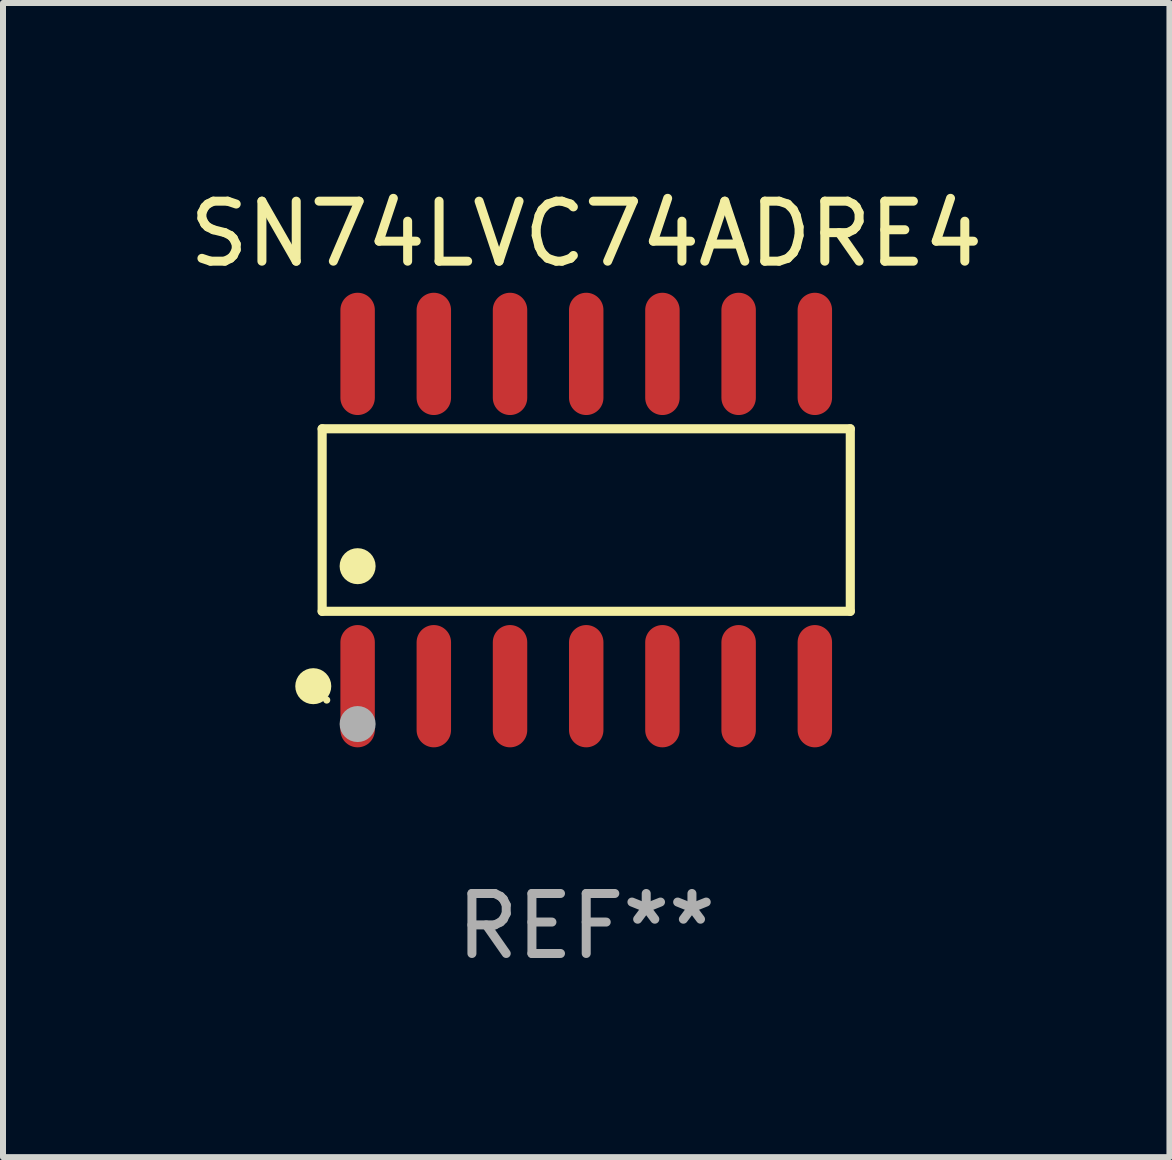
<source format=kicad_pcb>
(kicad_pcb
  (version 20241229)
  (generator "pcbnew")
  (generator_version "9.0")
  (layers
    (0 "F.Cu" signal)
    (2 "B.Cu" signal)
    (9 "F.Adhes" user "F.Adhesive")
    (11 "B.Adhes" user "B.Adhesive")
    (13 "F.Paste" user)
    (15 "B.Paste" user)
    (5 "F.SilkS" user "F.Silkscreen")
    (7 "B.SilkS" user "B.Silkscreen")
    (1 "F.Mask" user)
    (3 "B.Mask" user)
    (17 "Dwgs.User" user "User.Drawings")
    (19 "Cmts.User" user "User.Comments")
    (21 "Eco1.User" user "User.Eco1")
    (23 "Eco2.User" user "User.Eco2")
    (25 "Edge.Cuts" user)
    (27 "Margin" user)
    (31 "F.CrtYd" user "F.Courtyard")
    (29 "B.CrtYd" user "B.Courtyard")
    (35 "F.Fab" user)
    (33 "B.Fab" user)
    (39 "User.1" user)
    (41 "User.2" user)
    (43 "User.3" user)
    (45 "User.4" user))
  (footprint "SN74LVC74ADRE4"
    (layer "F.Cu")
    (at 6.72 5.617)
    (property "Reference" "SN74LVC74ADRE4" (at 0 -4.769 0) (layer "F.SilkS") (effects (font (size 1 1) (thickness 0.15))))
    (attr through_hole)
    (fp_line (start -4.401 -1.521) (end 4.401 -1.521) (stroke (width 0.152) (type solid)) (layer "F.SilkS"))
    (fp_line (start -4.401 1.521) (end -4.401 -1.521) (stroke (width 0.152) (type solid)) (layer "F.SilkS"))
    (fp_line (start 4.401 -1.521) (end 4.401 1.521) (stroke (width 0.152) (type solid)) (layer "F.SilkS"))
    (fp_line (start 4.401 1.521) (end -4.401 1.521) (stroke (width 0.152) (type solid)) (layer "F.SilkS"))
    (fp_circle (center -4.549 2.769) (end -4.399 2.769) (stroke (width 0.3) (type solid)) (fill no) (layer "F.SilkS"))
    (fp_circle (center -4.325 3) (end -4.295 3) (stroke (width 0.06) (type solid)) (fill no) (layer "F.SilkS"))
    (fp_circle (center -3.81 0.769) (end -3.66 0.769) (stroke (width 0.3) (type solid)) (fill no) (layer "F.SilkS"))
    (fp_circle (center -3.81 3.4) (end -3.66 3.4) (stroke (width 0.3) (type solid)) (fill no) (layer "F.Fab"))
    (fp_text user "REF**" (at 0 6.769 0) (layer "F.Fab") (effects (font (size 1 1) (thickness 0.15))))
    (pad "1" smd oval (at -3.81 2.769) (size 0.574 2.038) (layers "F.Cu" "F.Mask" "F.Paste"))
    (pad "2" smd oval (at -2.54 2.769) (size 0.574 2.038) (layers "F.Cu" "F.Mask" "F.Paste"))
    (pad "3" smd oval (at -1.27 2.769) (size 0.574 2.038) (layers "F.Cu" "F.Mask" "F.Paste"))
    (pad "4" smd oval (at 0 2.769) (size 0.574 2.038) (layers "F.Cu" "F.Mask" "F.Paste"))
    (pad "5" smd oval (at 1.27 2.769) (size 0.574 2.038) (layers "F.Cu" "F.Mask" "F.Paste"))
    (pad "6" smd oval (at 2.54 2.769) (size 0.574 2.038) (layers "F.Cu" "F.Mask" "F.Paste"))
    (pad "7" smd oval (at 3.81 2.769) (size 0.574 2.038) (layers "F.Cu" "F.Mask" "F.Paste"))
    (pad "8" smd oval (at 3.81 -2.769) (size 0.574 2.038) (layers "F.Cu" "F.Mask" "F.Paste"))
    (pad "9" smd oval (at 2.54 -2.769) (size 0.574 2.038) (layers "F.Cu" "F.Mask" "F.Paste"))
    (pad "10" smd oval (at 1.27 -2.769) (size 0.574 2.038) (layers "F.Cu" "F.Mask" "F.Paste"))
    (pad "11" smd oval (at 0 -2.769) (size 0.574 2.038) (layers "F.Cu" "F.Mask" "F.Paste"))
    (pad "12" smd oval (at -1.27 -2.769) (size 0.574 2.038) (layers "F.Cu" "F.Mask" "F.Paste"))
    (pad "13" smd oval (at -2.54 -2.769) (size 0.574 2.038) (layers "F.Cu" "F.Mask" "F.Paste"))
    (pad "14" smd oval (at -3.81 -2.769) (size 0.574 2.038) (layers "F.Cu" "F.Mask" "F.Paste")))
  (gr_rect
    (start -3 -3)
    (end 16.44 16.235)
    (stroke (width 0.1) (type default))
    (fill no)
    (layer "Edge.Cuts")))
</source>
